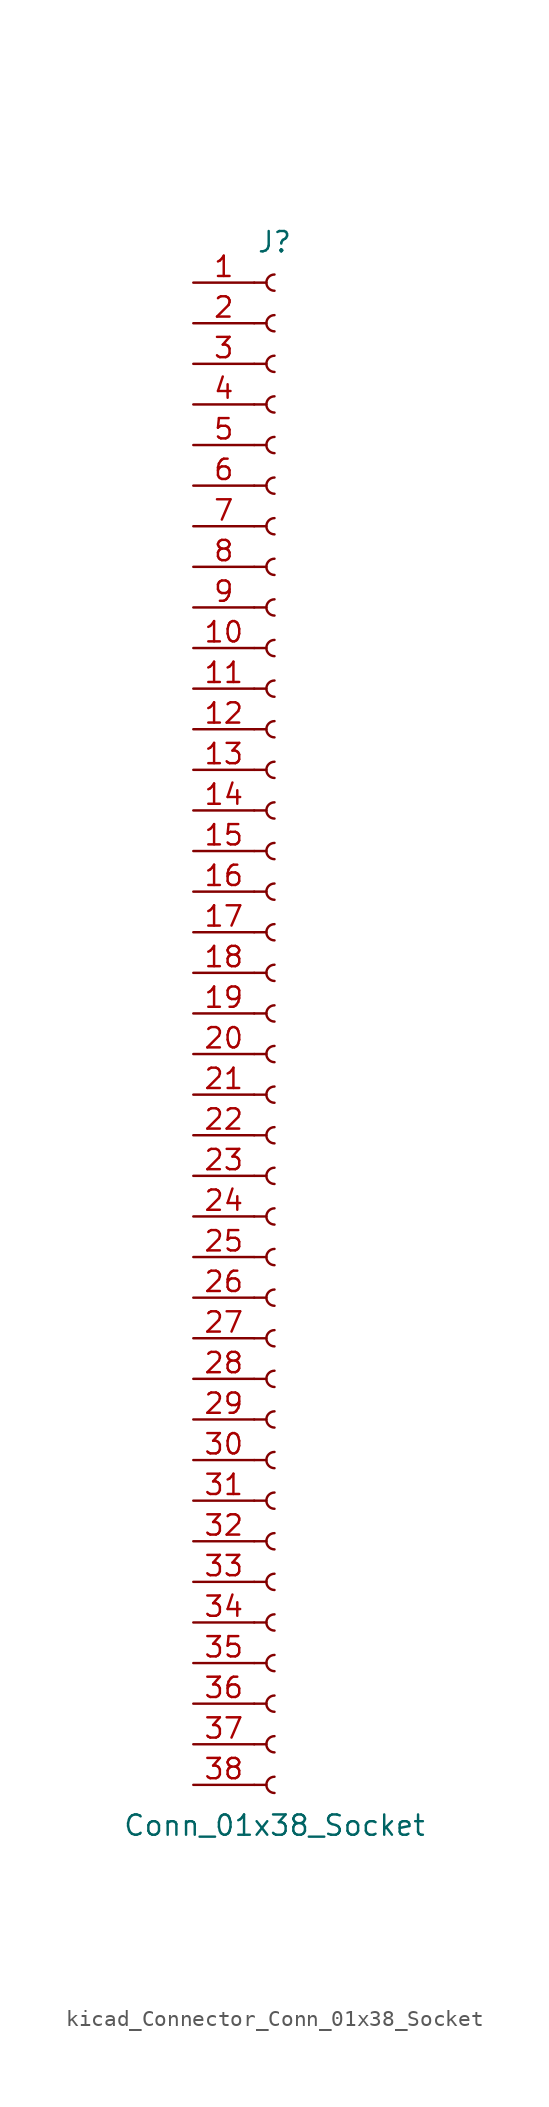
<source format=kicad_sym>
(kicad_symbol_lib
  (version 20220914)
  (generator kicad_symbol_editor)
  (symbol "kicad_Connector_Conn_01x38_Socket"
    (pin_names
      (offset 1.016) hide)
    (property "Reference" "J"
      (at 0 48.26 0)
      (effects (font (size 1.27 1.27))))
    (property "Value" "Conn_01x38_Socket"
      (at 0 -50.8 0)
      (effects (font (size 1.27 1.27))))
    (property "ki_locked" ""
      (at 0 0 0)
      (effects (font (size 1.27 1.27))))
    (symbol "kicad_Connector_Conn_01x38_Socket_1_1"
      (arc (start 0 -47.752) (mid -0.5058 -48.26) (end 0 -48.768) (stroke (width 0.1524) (type default)) (fill (type none)))
      (arc (start 0 -45.212) (mid -0.5058 -45.72) (end 0 -46.228) (stroke (width 0.1524) (type default)) (fill (type none)))
      (arc (start 0 -42.672) (mid -0.5058 -43.18) (end 0 -43.688) (stroke (width 0.1524) (type default)) (fill (type none)))
      (arc (start 0 -40.132) (mid -0.5058 -40.64) (end 0 -41.148) (stroke (width 0.1524) (type default)) (fill (type none)))
      (arc (start 0 -37.592) (mid -0.5058 -38.1) (end 0 -38.608) (stroke (width 0.1524) (type default)) (fill (type none)))
      (arc (start 0 -35.052) (mid -0.5058 -35.56) (end 0 -36.068) (stroke (width 0.1524) (type default)) (fill (type none)))
      (arc (start 0 -32.512) (mid -0.5058 -33.02) (end 0 -33.528) (stroke (width 0.1524) (type default)) (fill (type none)))
      (arc (start 0 -29.972) (mid -0.5058 -30.48) (end 0 -30.988) (stroke (width 0.1524) (type default)) (fill (type none)))
      (arc (start 0 -27.432) (mid -0.5058 -27.94) (end 0 -28.448) (stroke (width 0.1524) (type default)) (fill (type none)))
      (arc (start 0 -24.892) (mid -0.5058 -25.4) (end 0 -25.908) (stroke (width 0.1524) (type default)) (fill (type none)))
      (arc (start 0 -22.352) (mid -0.5058 -22.86) (end 0 -23.368) (stroke (width 0.1524) (type default)) (fill (type none)))
      (arc (start 0 -19.812) (mid -0.5058 -20.32) (end 0 -20.828) (stroke (width 0.1524) (type default)) (fill (type none)))
      (arc (start 0 -17.272) (mid -0.5058 -17.78) (end 0 -18.288) (stroke (width 0.1524) (type default)) (fill (type none)))
      (arc (start 0 -14.732) (mid -0.5058 -15.24) (end 0 -15.748) (stroke (width 0.1524) (type default)) (fill (type none)))
      (arc (start 0 -12.192) (mid -0.5058 -12.7) (end 0 -13.208) (stroke (width 0.1524) (type default)) (fill (type none)))
      (arc (start 0 -9.652) (mid -0.5058 -10.16) (end 0 -10.668) (stroke (width 0.1524) (type default)) (fill (type none)))
      (arc (start 0 -7.112) (mid -0.5058 -7.62) (end 0 -8.128) (stroke (width 0.1524) (type default)) (fill (type none)))
      (arc (start 0 -4.572) (mid -0.5058 -5.08) (end 0 -5.588) (stroke (width 0.1524) (type default)) (fill (type none)))
      (arc (start 0 -2.032) (mid -0.5058 -2.54) (end 0 -3.048) (stroke (width 0.1524) (type default)) (fill (type none)))
      (polyline (pts (xy -1.27 -48.26) (xy -0.508 -48.26)) (stroke (width 0.152) (type default)) (fill (type none)))
      (polyline (pts (xy -1.27 -45.72) (xy -0.508 -45.72)) (stroke (width 0.152) (type default)) (fill (type none)))
      (polyline (pts (xy -1.27 -43.18) (xy -0.508 -43.18)) (stroke (width 0.152) (type default)) (fill (type none)))
      (polyline (pts (xy -1.27 -40.64) (xy -0.508 -40.64)) (stroke (width 0.152) (type default)) (fill (type none)))
      (polyline (pts (xy -1.27 -38.1) (xy -0.508 -38.1)) (stroke (width 0.152) (type default)) (fill (type none)))
      (polyline (pts (xy -1.27 -35.56) (xy -0.508 -35.56)) (stroke (width 0.152) (type default)) (fill (type none)))
      (polyline (pts (xy -1.27 -33.02) (xy -0.508 -33.02)) (stroke (width 0.152) (type default)) (fill (type none)))
      (polyline (pts (xy -1.27 -30.48) (xy -0.508 -30.48)) (stroke (width 0.152) (type default)) (fill (type none)))
      (polyline (pts (xy -1.27 -27.94) (xy -0.508 -27.94)) (stroke (width 0.152) (type default)) (fill (type none)))
      (polyline (pts (xy -1.27 -25.4) (xy -0.508 -25.4)) (stroke (width 0.152) (type default)) (fill (type none)))
      (polyline (pts (xy -1.27 -22.86) (xy -0.508 -22.86)) (stroke (width 0.152) (type default)) (fill (type none)))
      (polyline (pts (xy -1.27 -20.32) (xy -0.508 -20.32)) (stroke (width 0.152) (type default)) (fill (type none)))
      (polyline (pts (xy -1.27 -17.78) (xy -0.508 -17.78)) (stroke (width 0.152) (type default)) (fill (type none)))
      (polyline (pts (xy -1.27 -15.24) (xy -0.508 -15.24)) (stroke (width 0.152) (type default)) (fill (type none)))
      (polyline (pts (xy -1.27 -12.7) (xy -0.508 -12.7)) (stroke (width 0.152) (type default)) (fill (type none)))
      (polyline (pts (xy -1.27 -10.16) (xy -0.508 -10.16)) (stroke (width 0.152) (type default)) (fill (type none)))
      (polyline (pts (xy -1.27 -7.62) (xy -0.508 -7.62)) (stroke (width 0.152) (type default)) (fill (type none)))
      (polyline (pts (xy -1.27 -5.08) (xy -0.508 -5.08)) (stroke (width 0.152) (type default)) (fill (type none)))
      (polyline (pts (xy -1.27 -2.54) (xy -0.508 -2.54)) (stroke (width 0.152) (type default)) (fill (type none)))
      (polyline (pts (xy -1.27 0) (xy -0.508 0)) (stroke (width 0.152) (type default)) (fill (type none)))
      (polyline (pts (xy -1.27 2.54) (xy -0.508 2.54)) (stroke (width 0.152) (type default)) (fill (type none)))
      (polyline (pts (xy -1.27 5.08) (xy -0.508 5.08)) (stroke (width 0.152) (type default)) (fill (type none)))
      (polyline (pts (xy -1.27 7.62) (xy -0.508 7.62)) (stroke (width 0.152) (type default)) (fill (type none)))
      (polyline (pts (xy -1.27 10.16) (xy -0.508 10.16)) (stroke (width 0.152) (type default)) (fill (type none)))
      (polyline (pts (xy -1.27 12.7) (xy -0.508 12.7)) (stroke (width 0.152) (type default)) (fill (type none)))
      (polyline (pts (xy -1.27 15.24) (xy -0.508 15.24)) (stroke (width 0.152) (type default)) (fill (type none)))
      (polyline (pts (xy -1.27 17.78) (xy -0.508 17.78)) (stroke (width 0.152) (type default)) (fill (type none)))
      (polyline (pts (xy -1.27 20.32) (xy -0.508 20.32)) (stroke (width 0.152) (type default)) (fill (type none)))
      (polyline (pts (xy -1.27 22.86) (xy -0.508 22.86)) (stroke (width 0.152) (type default)) (fill (type none)))
      (polyline (pts (xy -1.27 25.4) (xy -0.508 25.4)) (stroke (width 0.152) (type default)) (fill (type none)))
      (polyline (pts (xy -1.27 27.94) (xy -0.508 27.94)) (stroke (width 0.152) (type default)) (fill (type none)))
      (polyline (pts (xy -1.27 30.48) (xy -0.508 30.48)) (stroke (width 0.152) (type default)) (fill (type none)))
      (polyline (pts (xy -1.27 33.02) (xy -0.508 33.02)) (stroke (width 0.152) (type default)) (fill (type none)))
      (polyline (pts (xy -1.27 35.56) (xy -0.508 35.56)) (stroke (width 0.152) (type default)) (fill (type none)))
      (polyline (pts (xy -1.27 38.1) (xy -0.508 38.1)) (stroke (width 0.152) (type default)) (fill (type none)))
      (polyline (pts (xy -1.27 40.64) (xy -0.508 40.64)) (stroke (width 0.152) (type default)) (fill (type none)))
      (polyline (pts (xy -1.27 43.18) (xy -0.508 43.18)) (stroke (width 0.152) (type default)) (fill (type none)))
      (polyline (pts (xy -1.27 45.72) (xy -0.508 45.72)) (stroke (width 0.152) (type default)) (fill (type none)))
      (arc (start 0 0.508) (mid -0.5058 0) (end 0 -0.508) (stroke (width 0.1524) (type default)) (fill (type none)))
      (arc (start 0 3.048) (mid -0.5058 2.54) (end 0 2.032) (stroke (width 0.1524) (type default)) (fill (type none)))
      (arc (start 0 5.588) (mid -0.5058 5.08) (end 0 4.572) (stroke (width 0.1524) (type default)) (fill (type none)))
      (arc (start 0 8.128) (mid -0.5058 7.62) (end 0 7.112) (stroke (width 0.1524) (type default)) (fill (type none)))
      (arc (start 0 10.668) (mid -0.5058 10.16) (end 0 9.652) (stroke (width 0.1524) (type default)) (fill (type none)))
      (arc (start 0 13.208) (mid -0.5058 12.7) (end 0 12.192) (stroke (width 0.1524) (type default)) (fill (type none)))
      (arc (start 0 15.748) (mid -0.5058 15.24) (end 0 14.732) (stroke (width 0.1524) (type default)) (fill (type none)))
      (arc (start 0 18.288) (mid -0.5058 17.78) (end 0 17.272) (stroke (width 0.1524) (type default)) (fill (type none)))
      (arc (start 0 20.828) (mid -0.5058 20.32) (end 0 19.812) (stroke (width 0.1524) (type default)) (fill (type none)))
      (arc (start 0 23.368) (mid -0.5058 22.86) (end 0 22.352) (stroke (width 0.1524) (type default)) (fill (type none)))
      (arc (start 0 25.908) (mid -0.5058 25.4) (end 0 24.892) (stroke (width 0.1524) (type default)) (fill (type none)))
      (arc (start 0 28.448) (mid -0.5058 27.94) (end 0 27.432) (stroke (width 0.1524) (type default)) (fill (type none)))
      (arc (start 0 30.988) (mid -0.5058 30.48) (end 0 29.972) (stroke (width 0.1524) (type default)) (fill (type none)))
      (arc (start 0 33.528) (mid -0.5058 33.02) (end 0 32.512) (stroke (width 0.1524) (type default)) (fill (type none)))
      (arc (start 0 36.068) (mid -0.5058 35.56) (end 0 35.052) (stroke (width 0.1524) (type default)) (fill (type none)))
      (arc (start 0 38.608) (mid -0.5058 38.1) (end 0 37.592) (stroke (width 0.1524) (type default)) (fill (type none)))
      (arc (start 0 41.148) (mid -0.5058 40.64) (end 0 40.132) (stroke (width 0.1524) (type default)) (fill (type none)))
      (arc (start 0 43.688) (mid -0.5058 43.18) (end 0 42.672) (stroke (width 0.1524) (type default)) (fill (type none)))
      (arc (start 0 46.228) (mid -0.5058 45.72) (end 0 45.212) (stroke (width 0.1524) (type default)) (fill (type none)))
      (pin passive line (at -5.08 45.72 0) (length 3.81) (name "Pin_1" (effects (font (size 1.27 1.27)))) (number "1" (effects (font (size 1.27 1.27)))))
      (pin passive line (at -5.08 22.86 0) (length 3.81) (name "Pin_10" (effects (font (size 1.27 1.27)))) (number "10" (effects (font (size 1.27 1.27)))))
      (pin passive line (at -5.08 20.32 0) (length 3.81) (name "Pin_11" (effects (font (size 1.27 1.27)))) (number "11" (effects (font (size 1.27 1.27)))))
      (pin passive line (at -5.08 17.78 0) (length 3.81) (name "Pin_12" (effects (font (size 1.27 1.27)))) (number "12" (effects (font (size 1.27 1.27)))))
      (pin passive line (at -5.08 15.24 0) (length 3.81) (name "Pin_13" (effects (font (size 1.27 1.27)))) (number "13" (effects (font (size 1.27 1.27)))))
      (pin passive line (at -5.08 12.7 0) (length 3.81) (name "Pin_14" (effects (font (size 1.27 1.27)))) (number "14" (effects (font (size 1.27 1.27)))))
      (pin passive line (at -5.08 10.16 0) (length 3.81) (name "Pin_15" (effects (font (size 1.27 1.27)))) (number "15" (effects (font (size 1.27 1.27)))))
      (pin passive line (at -5.08 7.62 0) (length 3.81) (name "Pin_16" (effects (font (size 1.27 1.27)))) (number "16" (effects (font (size 1.27 1.27)))))
      (pin passive line (at -5.08 5.08 0) (length 3.81) (name "Pin_17" (effects (font (size 1.27 1.27)))) (number "17" (effects (font (size 1.27 1.27)))))
      (pin passive line (at -5.08 2.54 0) (length 3.81) (name "Pin_18" (effects (font (size 1.27 1.27)))) (number "18" (effects (font (size 1.27 1.27)))))
      (pin passive line (at -5.08 0 0) (length 3.81) (name "Pin_19" (effects (font (size 1.27 1.27)))) (number "19" (effects (font (size 1.27 1.27)))))
      (pin passive line (at -5.08 43.18 0) (length 3.81) (name "Pin_2" (effects (font (size 1.27 1.27)))) (number "2" (effects (font (size 1.27 1.27)))))
      (pin passive line (at -5.08 -2.54 0) (length 3.81) (name "Pin_20" (effects (font (size 1.27 1.27)))) (number "20" (effects (font (size 1.27 1.27)))))
      (pin passive line (at -5.08 -5.08 0) (length 3.81) (name "Pin_21" (effects (font (size 1.27 1.27)))) (number "21" (effects (font (size 1.27 1.27)))))
      (pin passive line (at -5.08 -7.62 0) (length 3.81) (name "Pin_22" (effects (font (size 1.27 1.27)))) (number "22" (effects (font (size 1.27 1.27)))))
      (pin passive line (at -5.08 -10.16 0) (length 3.81) (name "Pin_23" (effects (font (size 1.27 1.27)))) (number "23" (effects (font (size 1.27 1.27)))))
      (pin passive line (at -5.08 -12.7 0) (length 3.81) (name "Pin_24" (effects (font (size 1.27 1.27)))) (number "24" (effects (font (size 1.27 1.27)))))
      (pin passive line (at -5.08 -15.24 0) (length 3.81) (name "Pin_25" (effects (font (size 1.27 1.27)))) (number "25" (effects (font (size 1.27 1.27)))))
      (pin passive line (at -5.08 -17.78 0) (length 3.81) (name "Pin_26" (effects (font (size 1.27 1.27)))) (number "26" (effects (font (size 1.27 1.27)))))
      (pin passive line (at -5.08 -20.32 0) (length 3.81) (name "Pin_27" (effects (font (size 1.27 1.27)))) (number "27" (effects (font (size 1.27 1.27)))))
      (pin passive line (at -5.08 -22.86 0) (length 3.81) (name "Pin_28" (effects (font (size 1.27 1.27)))) (number "28" (effects (font (size 1.27 1.27)))))
      (pin passive line (at -5.08 -25.4 0) (length 3.81) (name "Pin_29" (effects (font (size 1.27 1.27)))) (number "29" (effects (font (size 1.27 1.27)))))
      (pin passive line (at -5.08 40.64 0) (length 3.81) (name "Pin_3" (effects (font (size 1.27 1.27)))) (number "3" (effects (font (size 1.27 1.27)))))
      (pin passive line (at -5.08 -27.94 0) (length 3.81) (name "Pin_30" (effects (font (size 1.27 1.27)))) (number "30" (effects (font (size 1.27 1.27)))))
      (pin passive line (at -5.08 -30.48 0) (length 3.81) (name "Pin_31" (effects (font (size 1.27 1.27)))) (number "31" (effects (font (size 1.27 1.27)))))
      (pin passive line (at -5.08 -33.02 0) (length 3.81) (name "Pin_32" (effects (font (size 1.27 1.27)))) (number "32" (effects (font (size 1.27 1.27)))))
      (pin passive line (at -5.08 -35.56 0) (length 3.81) (name "Pin_33" (effects (font (size 1.27 1.27)))) (number "33" (effects (font (size 1.27 1.27)))))
      (pin passive line (at -5.08 -38.1 0) (length 3.81) (name "Pin_34" (effects (font (size 1.27 1.27)))) (number "34" (effects (font (size 1.27 1.27)))))
      (pin passive line (at -5.08 -40.64 0) (length 3.81) (name "Pin_35" (effects (font (size 1.27 1.27)))) (number "35" (effects (font (size 1.27 1.27)))))
      (pin passive line (at -5.08 -43.18 0) (length 3.81) (name "Pin_36" (effects (font (size 1.27 1.27)))) (number "36" (effects (font (size 1.27 1.27)))))
      (pin passive line (at -5.08 -45.72 0) (length 3.81) (name "Pin_37" (effects (font (size 1.27 1.27)))) (number "37" (effects (font (size 1.27 1.27)))))
      (pin passive line (at -5.08 -48.26 0) (length 3.81) (name "Pin_38" (effects (font (size 1.27 1.27)))) (number "38" (effects (font (size 1.27 1.27)))))
      (pin passive line (at -5.08 38.1 0) (length 3.81) (name "Pin_4" (effects (font (size 1.27 1.27)))) (number "4" (effects (font (size 1.27 1.27)))))
      (pin passive line (at -5.08 35.56 0) (length 3.81) (name "Pin_5" (effects (font (size 1.27 1.27)))) (number "5" (effects (font (size 1.27 1.27)))))
      (pin passive line (at -5.08 33.02 0) (length 3.81) (name "Pin_6" (effects (font (size 1.27 1.27)))) (number "6" (effects (font (size 1.27 1.27)))))
      (pin passive line (at -5.08 30.48 0) (length 3.81) (name "Pin_7" (effects (font (size 1.27 1.27)))) (number "7" (effects (font (size 1.27 1.27)))))
      (pin passive line (at -5.08 27.94 0) (length 3.81) (name "Pin_8" (effects (font (size 1.27 1.27)))) (number "8" (effects (font (size 1.27 1.27)))))
      (pin passive line (at -5.08 25.4 0) (length 3.81) (name "Pin_9" (effects (font (size 1.27 1.27)))) (number "9" (effects (font (size 1.27 1.27))))))))
</source>
